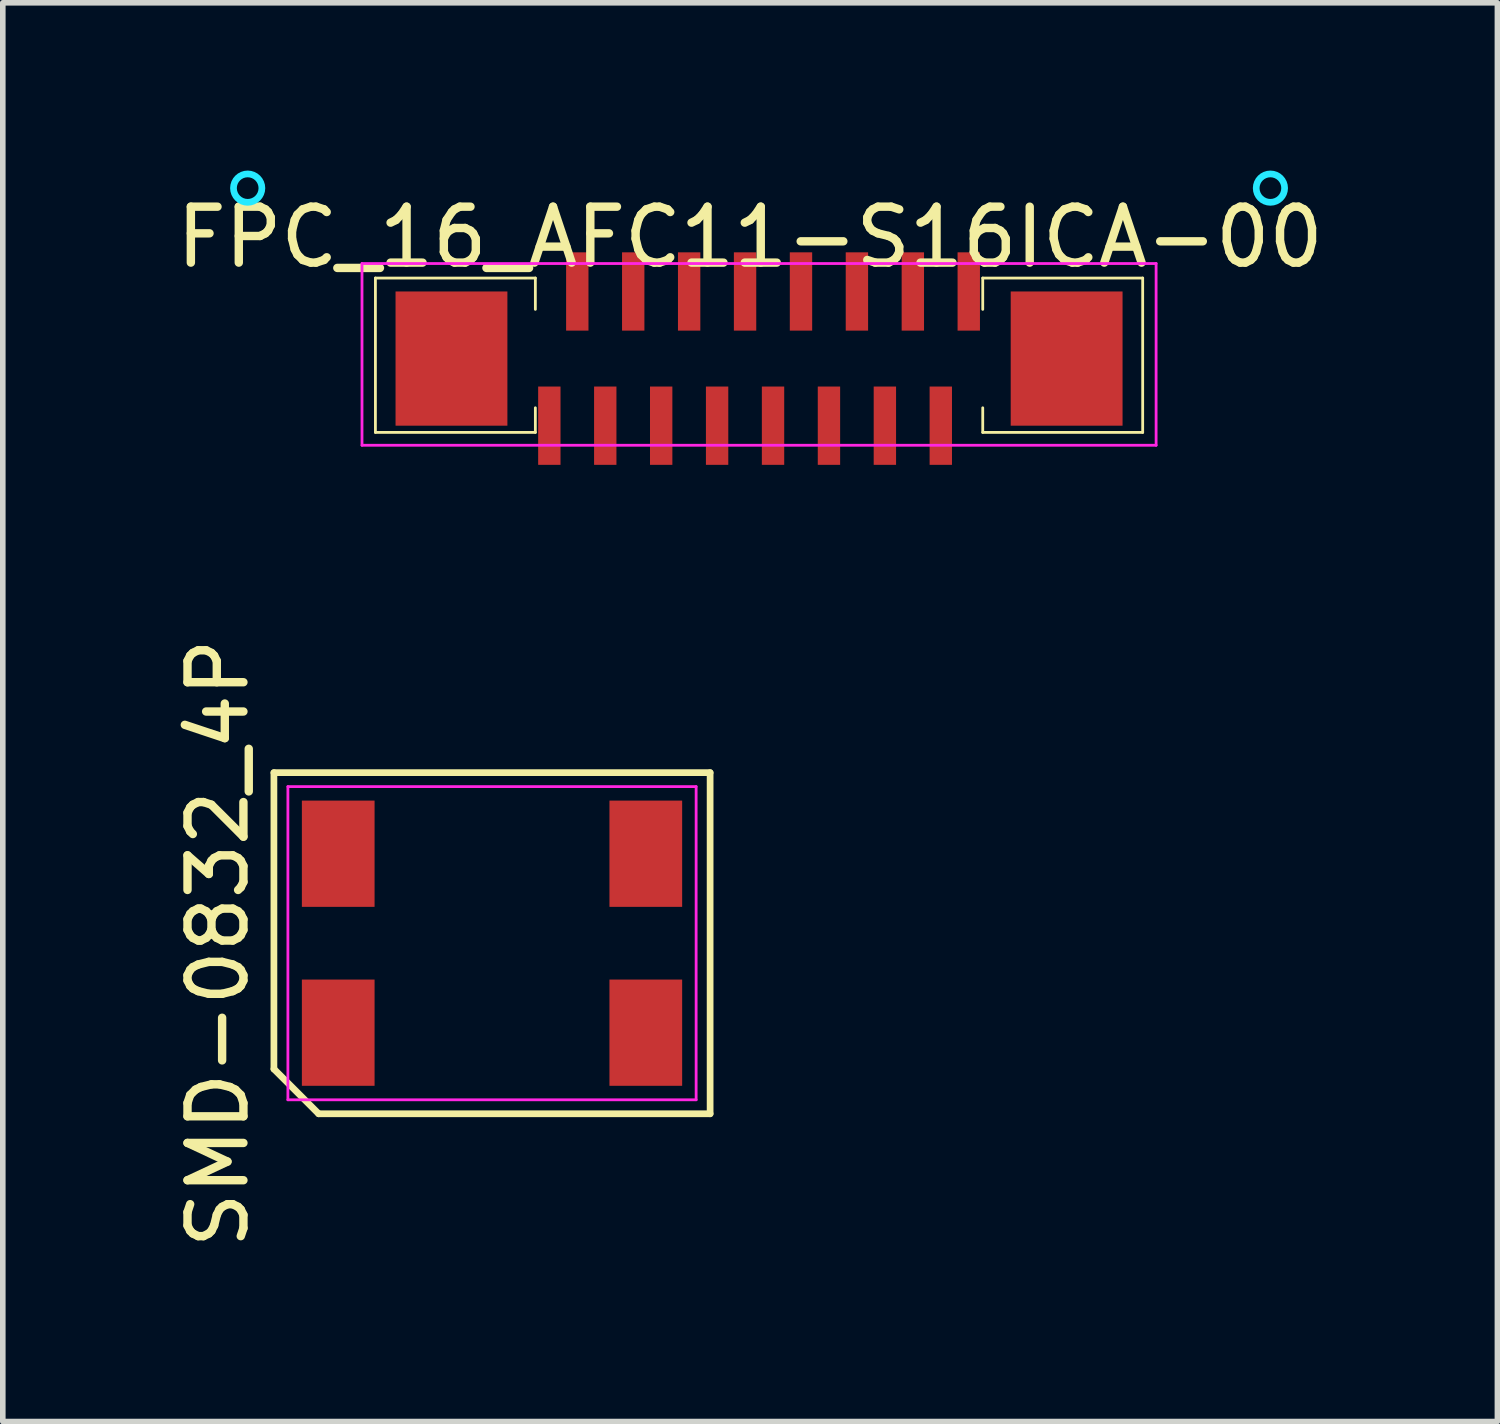
<source format=kicad_pcb>
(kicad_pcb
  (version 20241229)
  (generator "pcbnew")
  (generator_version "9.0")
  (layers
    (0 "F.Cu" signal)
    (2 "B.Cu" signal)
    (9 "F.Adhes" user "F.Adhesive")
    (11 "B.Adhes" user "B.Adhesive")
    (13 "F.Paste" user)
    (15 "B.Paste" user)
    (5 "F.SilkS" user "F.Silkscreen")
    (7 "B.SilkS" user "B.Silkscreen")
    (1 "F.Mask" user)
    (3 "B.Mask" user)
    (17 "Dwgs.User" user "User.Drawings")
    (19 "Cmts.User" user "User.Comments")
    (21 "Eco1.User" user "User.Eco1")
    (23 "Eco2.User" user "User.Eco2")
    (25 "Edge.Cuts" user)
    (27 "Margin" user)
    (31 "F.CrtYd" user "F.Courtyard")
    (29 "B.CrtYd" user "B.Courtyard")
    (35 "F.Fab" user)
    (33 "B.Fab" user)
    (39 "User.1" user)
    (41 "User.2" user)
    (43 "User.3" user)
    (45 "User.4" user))
  (footprint "SMD-0832_4P"
    (layer "F.Cu")
    (at 5.748 13.816)
    (property "Reference" "SMD-0832_4P" (at -4.9 0 90) (layer "F.SilkS") (effects (font (size 1 1) (thickness 0.15))))
    (attr smd)
    (fp_line (start -3.9 -3.05) (end 3.9 -3.05) (stroke (width 0.12) (type solid)) (layer "F.SilkS"))
    (fp_line (start -3.9 2.25) (end -3.9 -3.05) (stroke (width 0.12) (type solid)) (layer "F.SilkS"))
    (fp_line (start -3.1 3.05) (end -3.9 2.25) (stroke (width 0.12) (type solid)) (layer "F.SilkS"))
    (fp_line (start 3.9 -3.05) (end 3.9 3.05) (stroke (width 0.12) (type solid)) (layer "F.SilkS"))
    (fp_line (start 3.9 3.05) (end -3.1 3.05) (stroke (width 0.12) (type solid)) (layer "F.SilkS"))
    (fp_line (start -3.65 -2.8) (end 3.65 -2.8) (stroke (width 0.05) (type solid)) (layer "F.CrtYd"))
    (fp_line (start -3.65 2.8) (end -3.65 -2.8) (stroke (width 0.05) (type solid)) (layer "F.CrtYd"))
    (fp_line (start 3.65 -2.8) (end 3.65 2.8) (stroke (width 0.05) (type solid)) (layer "F.CrtYd"))
    (fp_line (start 3.65 2.8) (end -3.65 2.8) (stroke (width 0.05) (type solid)) (layer "F.CrtYd"))
    (pad "1" smd rect (at -2.75 1.6) (size 1.3 1.9) (layers "F.Cu" "F.Mask" "F.Paste"))
    (pad "2" smd rect (at 2.75 1.6) (size 1.3 1.9) (layers "F.Cu" "F.Mask" "F.Paste"))
    (pad "3" smd rect (at 2.75 -1.6) (size 1.3 1.9) (layers "F.Cu" "F.Mask" "F.Paste"))
    (pad "4" smd rect (at -2.75 -1.6) (size 1.3 1.9) (layers "F.Cu" "F.Mask" "F.Paste")))
  (footprint "FPC_16_AFC11-S16ICA-00"
    (layer "F.Cu")
    (at 10.523 3.362)
    (property "Reference" "FPC_16_AFC11-S16ICA-00" (at -0.16 -2.171 0) (layer "F.SilkS") (effects (font (size 1 1) (thickness 0.15))))
    (attr smd)
    (fp_line (start -6.86 -1.44) (end -4 -1.44) (stroke (width 0.05) (type solid)) (layer "F.SilkS"))
    (fp_line (start -6.86 1.32) (end -6.86 -1.44) (stroke (width 0.05) (type solid)) (layer "F.SilkS"))
    (fp_line (start -4 -1.44) (end -4 -0.88) (stroke (width 0.05) (type solid)) (layer "F.SilkS"))
    (fp_line (start -4 0.88) (end -4 1.32) (stroke (width 0.05) (type solid)) (layer "F.SilkS"))
    (fp_line (start -4 1.32) (end -6.86 1.32) (stroke (width 0.05) (type solid)) (layer "F.SilkS"))
    (fp_line (start 4 -1.44) (end 4 -0.88) (stroke (width 0.05) (type solid)) (layer "F.SilkS"))
    (fp_line (start 4 0.88) (end 4 1.32) (stroke (width 0.05) (type solid)) (layer "F.SilkS"))
    (fp_line (start 4 1.32) (end 6.86 1.32) (stroke (width 0.05) (type solid)) (layer "F.SilkS"))
    (fp_line (start 6.86 -1.44) (end 4 -1.44) (stroke (width 0.05) (type solid)) (layer "F.SilkS"))
    (fp_line (start 6.86 1.32) (end 6.86 -1.44) (stroke (width 0.05) (type solid)) (layer "F.SilkS"))
    (fp_circle (center -9.144 -3.048) (end -9.144 -3.302) (stroke (width 0.12) (type solid)) (fill no) (layer "B.CrtYd"))
    (fp_circle (center 9.144 -3.048) (end 9.144 -3.302) (stroke (width 0.12) (type solid)) (fill no) (layer "B.CrtYd"))
    (fp_line (start -7.1 -1.7) (end -7.1 1.55) (stroke (width 0.05) (type solid)) (layer "F.CrtYd"))
    (fp_line (start -7.1 -1.7) (end 7.1 -1.7) (stroke (width 0.05) (type solid)) (layer "F.CrtYd"))
    (fp_line (start -7.1 1.55) (end 7.1 1.55) (stroke (width 0.05) (type solid)) (layer "F.CrtYd"))
    (fp_line (start 7.1 -1.7) (end 7.1 1.55) (stroke (width 0.05) (type solid)) (layer "F.CrtYd"))
    (pad "0" smd rect (at -5.5 0) (size 2 2.4) (layers "F.Cu" "F.Mask" "F.Paste"))
    (pad "0" smd rect (at 5.5 0) (size 2 2.4) (layers "F.Cu" "F.Mask" "F.Paste"))
    (pad "1" smd rect (at -3.75 1.2) (size 0.4 1.4) (layers "F.Cu" "F.Mask" "F.Paste"))
    (pad "2" smd rect (at -3.25 -1.2) (size 0.4 1.4) (layers "F.Cu" "F.Mask" "F.Paste"))
    (pad "3" smd rect (at -2.75 1.2) (size 0.4 1.4) (layers "F.Cu" "F.Mask" "F.Paste"))
    (pad "4" smd rect (at -2.25 -1.2) (size 0.4 1.4) (layers "F.Cu" "F.Mask" "F.Paste"))
    (pad "5" smd rect (at -1.75 1.2) (size 0.4 1.4) (layers "F.Cu" "F.Mask" "F.Paste"))
    (pad "6" smd rect (at -1.25 -1.2) (size 0.4 1.4) (layers "F.Cu" "F.Mask" "F.Paste"))
    (pad "7" smd rect (at -0.75 1.2) (size 0.4 1.4) (layers "F.Cu" "F.Mask" "F.Paste"))
    (pad "8" smd rect (at -0.25 -1.2) (size 0.4 1.4) (layers "F.Cu" "F.Mask" "F.Paste"))
    (pad "9" smd rect (at 0.25 1.2) (size 0.4 1.4) (layers "F.Cu" "F.Mask" "F.Paste"))
    (pad "10" smd rect (at 0.75 -1.2) (size 0.4 1.4) (layers "F.Cu" "F.Mask" "F.Paste"))
    (pad "11" smd rect (at 1.25 1.2) (size 0.4 1.4) (layers "F.Cu" "F.Mask" "F.Paste"))
    (pad "12" smd rect (at 1.75 -1.2) (size 0.4 1.4) (layers "F.Cu" "F.Mask" "F.Paste"))
    (pad "13" smd rect (at 2.25 1.2) (size 0.4 1.4) (layers "F.Cu" "F.Mask" "F.Paste"))
    (pad "14" smd rect (at 2.75 -1.2) (size 0.4 1.4) (layers "F.Cu" "F.Mask" "F.Paste"))
    (pad "15" smd rect (at 3.25 1.2) (size 0.4 1.4) (layers "F.Cu" "F.Mask" "F.Paste"))
    (pad "16" smd rect (at 3.75 -1.2) (size 0.4 1.4) (layers "F.Cu" "F.Mask" "F.Paste")))
  (gr_rect
    (start -3 -3)
    (end 23.726 22.369)
    (stroke (width 0.1) (type default))
    (fill no)
    (layer "Edge.Cuts")))
</source>
